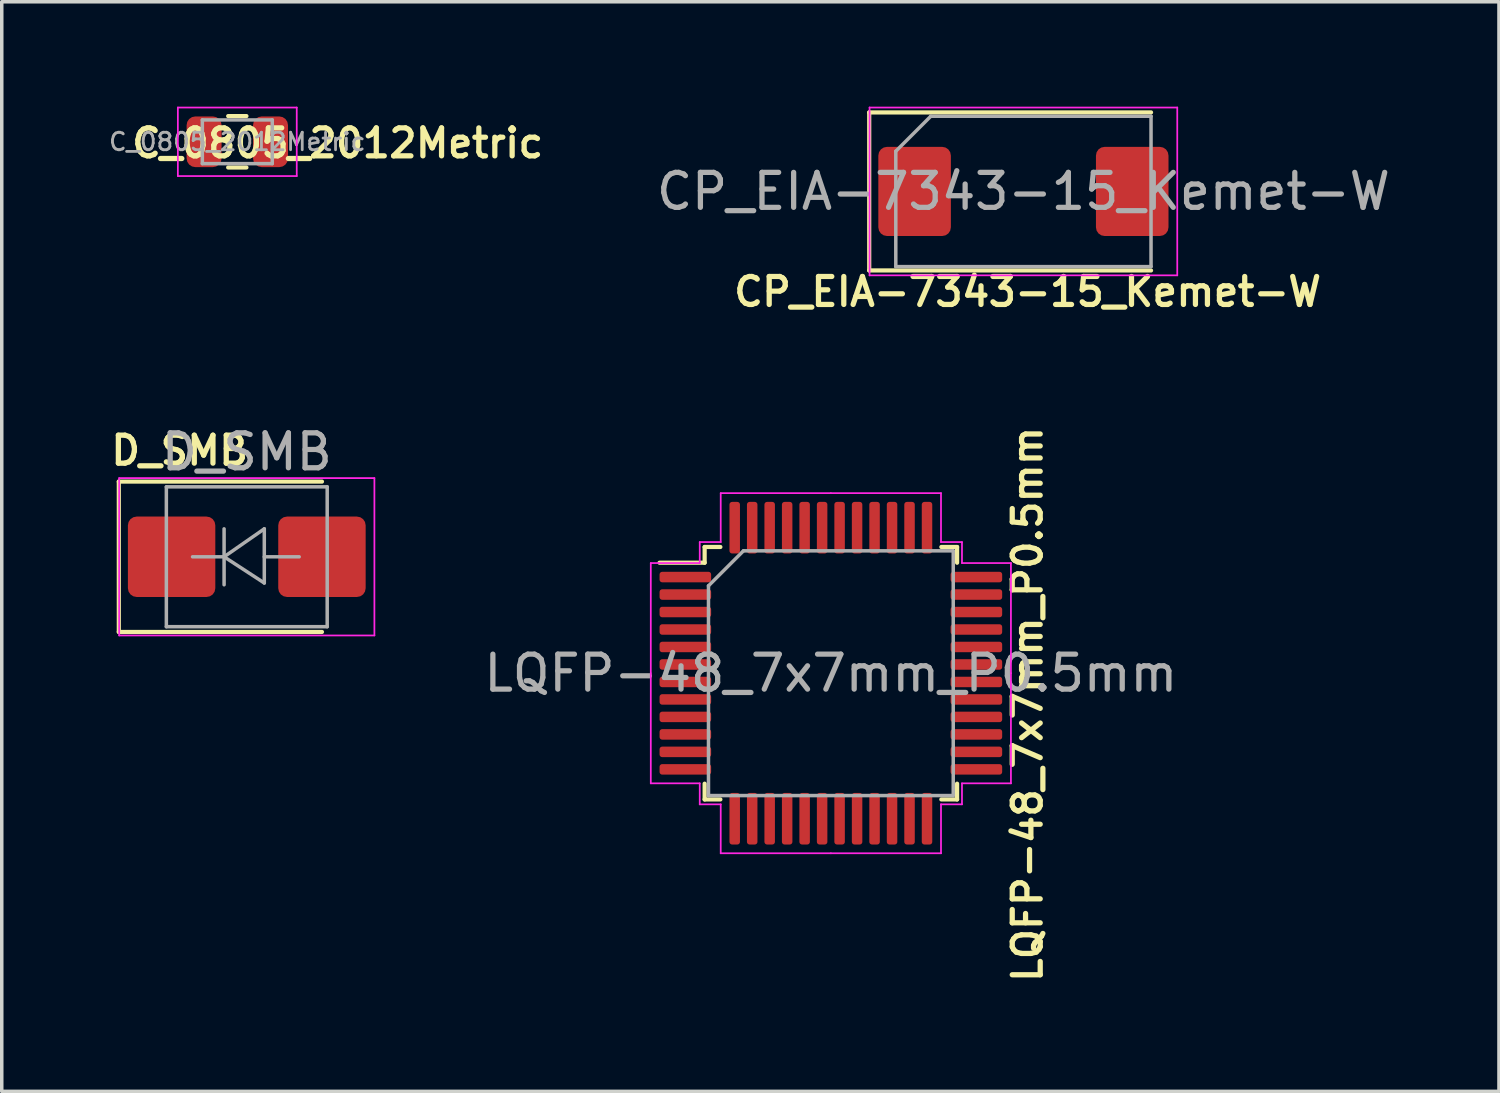
<source format=kicad_pcb>
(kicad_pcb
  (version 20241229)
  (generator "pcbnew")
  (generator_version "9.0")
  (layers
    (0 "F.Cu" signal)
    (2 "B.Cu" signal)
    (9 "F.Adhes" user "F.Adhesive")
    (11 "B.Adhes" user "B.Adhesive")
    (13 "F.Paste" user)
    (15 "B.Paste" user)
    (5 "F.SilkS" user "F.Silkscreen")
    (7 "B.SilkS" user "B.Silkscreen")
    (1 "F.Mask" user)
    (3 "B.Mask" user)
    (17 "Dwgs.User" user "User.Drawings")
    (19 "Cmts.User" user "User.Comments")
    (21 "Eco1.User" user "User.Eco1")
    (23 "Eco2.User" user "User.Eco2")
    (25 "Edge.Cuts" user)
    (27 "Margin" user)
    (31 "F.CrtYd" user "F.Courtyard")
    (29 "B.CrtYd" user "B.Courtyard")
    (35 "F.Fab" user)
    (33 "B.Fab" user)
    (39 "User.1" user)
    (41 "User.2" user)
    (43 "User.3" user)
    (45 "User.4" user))
  (footprint "C_0805_2012Metric"
    (layer "F.Cu")
    (at 3.737 1.005)
    (property "Reference" "C_0805_2012Metric" (at 2.87 0.04 0) (layer "F.SilkS") (effects (font (size 0.8 0.8) (thickness 0.15))))
    (attr smd)
    (fp_line (start -0.261 -0.735) (end 0.261 -0.735) (stroke (width 0.12) (type solid)) (layer "F.SilkS"))
    (fp_line (start -0.261 0.735) (end 0.261 0.735) (stroke (width 0.12) (type solid)) (layer "F.SilkS"))
    (fp_line (start -1.7 -0.98) (end 1.7 -0.98) (stroke (width 0.05) (type solid)) (layer "F.CrtYd"))
    (fp_line (start -1.7 0.98) (end -1.7 -0.98) (stroke (width 0.05) (type solid)) (layer "F.CrtYd"))
    (fp_line (start 1.7 -0.98) (end 1.7 0.98) (stroke (width 0.05) (type solid)) (layer "F.CrtYd"))
    (fp_line (start 1.7 0.98) (end -1.7 0.98) (stroke (width 0.05) (type solid)) (layer "F.CrtYd"))
    (fp_line (start -1 -0.625) (end 1 -0.625) (stroke (width 0.1) (type solid)) (layer "F.Fab"))
    (fp_line (start -1 0.625) (end -1 -0.625) (stroke (width 0.1) (type solid)) (layer "F.Fab"))
    (fp_line (start 1 -0.625) (end 1 0.625) (stroke (width 0.1) (type solid)) (layer "F.Fab"))
    (fp_line (start 1 0.625) (end -1 0.625) (stroke (width 0.1) (type solid)) (layer "F.Fab"))
    (fp_text user "${REFERENCE}" (at 0 0 0) (layer "F.Fab") (effects (font (size 0.5 0.5) (thickness 0.08))))
    (pad "1" smd roundrect (at -0.95 0 180) (size 1 1.45) (layers "F.Cu" "F.Mask" "F.Paste") (roundrect_rratio 0.25))
    (pad "2" smd roundrect (at 0.95 0 180) (size 1 1.45) (layers "F.Cu" "F.Mask" "F.Paste") (roundrect_rratio 0.25)))
  (footprint "CP_EIA-7343-15_Kemet-W"
    (layer "F.Cu")
    (at 26.22 2.425)
    (property "Reference" "CP_EIA-7343-15_Kemet-W" (at 0.12 2.87 0) (layer "F.SilkS") (effects (font (size 0.8 0.8) (thickness 0.15))))
    (attr smd)
    (fp_line (start -4.41 -2.26) (end -4.41 2.26) (stroke (width 0.12) (type solid)) (layer "F.SilkS"))
    (fp_line (start -4.41 2.26) (end 3.65 2.26) (stroke (width 0.12) (type solid)) (layer "F.SilkS"))
    (fp_line (start 3.65 -2.26) (end -4.41 -2.26) (stroke (width 0.12) (type solid)) (layer "F.SilkS"))
    (fp_line (start -4.4 -2.4) (end 4.4 -2.4) (stroke (width 0.05) (type solid)) (layer "F.CrtYd"))
    (fp_line (start -4.4 2.4) (end -4.4 -2.4) (stroke (width 0.05) (type solid)) (layer "F.CrtYd"))
    (fp_line (start 4.4 -2.4) (end 4.4 2.4) (stroke (width 0.05) (type solid)) (layer "F.CrtYd"))
    (fp_line (start 4.4 2.4) (end -4.4 2.4) (stroke (width 0.05) (type solid)) (layer "F.CrtYd"))
    (fp_line (start -3.65 -1.15) (end -3.65 2.15) (stroke (width 0.1) (type solid)) (layer "F.Fab"))
    (fp_line (start -3.65 2.15) (end 3.65 2.15) (stroke (width 0.1) (type solid)) (layer "F.Fab"))
    (fp_line (start -2.65 -2.15) (end -3.65 -1.15) (stroke (width 0.1) (type solid)) (layer "F.Fab"))
    (fp_line (start 3.65 -2.15) (end -2.65 -2.15) (stroke (width 0.1) (type solid)) (layer "F.Fab"))
    (fp_line (start 3.65 2.15) (end 3.65 -2.15) (stroke (width 0.1) (type solid)) (layer "F.Fab"))
    (fp_text user "${REFERENCE}" (at 0 0 0) (layer "F.Fab") (effects (font (size 1 1) (thickness 0.15))))
    (pad "1" smd roundrect (at -3.112 0 180) (size 2.075 2.55) (layers "F.Cu" "F.Mask" "F.Paste") (roundrect_rratio 0.12))
    (pad "2" smd roundrect (at 3.112 0 180) (size 2.075 2.55) (layers "F.Cu" "F.Mask" "F.Paste") (roundrect_rratio 0.12)))
  (footprint "LQFP-48_7x7mm_P0.5mm"
    (layer "F.Cu")
    (at 20.713 16.204)
    (property "Reference" "LQFP-48_7x7mm_P0.5mm" (at 5.625 0.891 90) (layer "F.SilkS") (effects (font (size 0.8 0.8) (thickness 0.15))))
    (attr smd)
    (fp_line (start -3.61 -3.61) (end -3.61 -3.16) (stroke (width 0.12) (type solid)) (layer "F.SilkS"))
    (fp_line (start -3.61 -3.16) (end -4.9 -3.16) (stroke (width 0.12) (type solid)) (layer "F.SilkS"))
    (fp_line (start -3.61 3.61) (end -3.61 3.16) (stroke (width 0.12) (type solid)) (layer "F.SilkS"))
    (fp_line (start -3.16 -3.61) (end -3.61 -3.61) (stroke (width 0.12) (type solid)) (layer "F.SilkS"))
    (fp_line (start -3.16 3.61) (end -3.61 3.61) (stroke (width 0.12) (type solid)) (layer "F.SilkS"))
    (fp_line (start 3.16 -3.61) (end 3.61 -3.61) (stroke (width 0.12) (type solid)) (layer "F.SilkS"))
    (fp_line (start 3.16 3.61) (end 3.61 3.61) (stroke (width 0.12) (type solid)) (layer "F.SilkS"))
    (fp_line (start 3.61 -3.61) (end 3.61 -3.16) (stroke (width 0.12) (type solid)) (layer "F.SilkS"))
    (fp_line (start 3.61 3.61) (end 3.61 3.16) (stroke (width 0.12) (type solid)) (layer "F.SilkS"))
    (fp_line (start -5.15 -3.15) (end -5.15 0) (stroke (width 0.05) (type solid)) (layer "F.CrtYd"))
    (fp_line (start -5.15 3.15) (end -5.15 0) (stroke (width 0.05) (type solid)) (layer "F.CrtYd"))
    (fp_line (start -3.75 -3.75) (end -3.75 -3.15) (stroke (width 0.05) (type solid)) (layer "F.CrtYd"))
    (fp_line (start -3.75 -3.15) (end -5.15 -3.15) (stroke (width 0.05) (type solid)) (layer "F.CrtYd"))
    (fp_line (start -3.75 3.15) (end -5.15 3.15) (stroke (width 0.05) (type solid)) (layer "F.CrtYd"))
    (fp_line (start -3.75 3.75) (end -3.75 3.15) (stroke (width 0.05) (type solid)) (layer "F.CrtYd"))
    (fp_line (start -3.15 -5.15) (end -3.15 -3.75) (stroke (width 0.05) (type solid)) (layer "F.CrtYd"))
    (fp_line (start -3.15 -3.75) (end -3.75 -3.75) (stroke (width 0.05) (type solid)) (layer "F.CrtYd"))
    (fp_line (start -3.15 3.75) (end -3.75 3.75) (stroke (width 0.05) (type solid)) (layer "F.CrtYd"))
    (fp_line (start -3.15 5.15) (end -3.15 3.75) (stroke (width 0.05) (type solid)) (layer "F.CrtYd"))
    (fp_line (start 0 -5.15) (end -3.15 -5.15) (stroke (width 0.05) (type solid)) (layer "F.CrtYd"))
    (fp_line (start 0 -5.15) (end 3.15 -5.15) (stroke (width 0.05) (type solid)) (layer "F.CrtYd"))
    (fp_line (start 0 5.15) (end -3.15 5.15) (stroke (width 0.05) (type solid)) (layer "F.CrtYd"))
    (fp_line (start 0 5.15) (end 3.15 5.15) (stroke (width 0.05) (type solid)) (layer "F.CrtYd"))
    (fp_line (start 3.15 -5.15) (end 3.15 -3.75) (stroke (width 0.05) (type solid)) (layer "F.CrtYd"))
    (fp_line (start 3.15 -3.75) (end 3.75 -3.75) (stroke (width 0.05) (type solid)) (layer "F.CrtYd"))
    (fp_line (start 3.15 3.75) (end 3.75 3.75) (stroke (width 0.05) (type solid)) (layer "F.CrtYd"))
    (fp_line (start 3.15 5.15) (end 3.15 3.75) (stroke (width 0.05) (type solid)) (layer "F.CrtYd"))
    (fp_line (start 3.75 -3.75) (end 3.75 -3.15) (stroke (width 0.05) (type solid)) (layer "F.CrtYd"))
    (fp_line (start 3.75 -3.15) (end 5.15 -3.15) (stroke (width 0.05) (type solid)) (layer "F.CrtYd"))
    (fp_line (start 3.75 3.15) (end 5.15 3.15) (stroke (width 0.05) (type solid)) (layer "F.CrtYd"))
    (fp_line (start 3.75 3.75) (end 3.75 3.15) (stroke (width 0.05) (type solid)) (layer "F.CrtYd"))
    (fp_line (start 5.15 -3.15) (end 5.15 0) (stroke (width 0.05) (type solid)) (layer "F.CrtYd"))
    (fp_line (start 5.15 3.15) (end 5.15 0) (stroke (width 0.05) (type solid)) (layer "F.CrtYd"))
    (fp_line (start -3.5 -2.5) (end -2.5 -3.5) (stroke (width 0.1) (type solid)) (layer "F.Fab"))
    (fp_line (start -3.5 3.5) (end -3.5 -2.5) (stroke (width 0.1) (type solid)) (layer "F.Fab"))
    (fp_line (start -2.5 -3.5) (end 3.5 -3.5) (stroke (width 0.1) (type solid)) (layer "F.Fab"))
    (fp_line (start 3.5 -3.5) (end 3.5 3.5) (stroke (width 0.1) (type solid)) (layer "F.Fab"))
    (fp_line (start 3.5 3.5) (end -3.5 3.5) (stroke (width 0.1) (type solid)) (layer "F.Fab"))
    (fp_text user "${REFERENCE}" (at 0 0 0) (layer "F.Fab") (effects (font (size 1 1) (thickness 0.15))))
    (pad "1" smd roundrect (at -4.162 -2.75) (size 1.475 0.3) (layers "F.Cu" "F.Mask" "F.Paste") (roundrect_rratio 0.25))
    (pad "2" smd roundrect (at -4.162 -2.25) (size 1.475 0.3) (layers "F.Cu" "F.Mask" "F.Paste") (roundrect_rratio 0.25))
    (pad "3" smd roundrect (at -4.162 -1.75) (size 1.475 0.3) (layers "F.Cu" "F.Mask" "F.Paste") (roundrect_rratio 0.25))
    (pad "4" smd roundrect (at -4.162 -1.25) (size 1.475 0.3) (layers "F.Cu" "F.Mask" "F.Paste") (roundrect_rratio 0.25))
    (pad "5" smd roundrect (at -4.162 -0.75) (size 1.475 0.3) (layers "F.Cu" "F.Mask" "F.Paste") (roundrect_rratio 0.25))
    (pad "6" smd roundrect (at -4.162 -0.25) (size 1.475 0.3) (layers "F.Cu" "F.Mask" "F.Paste") (roundrect_rratio 0.25))
    (pad "7" smd roundrect (at -4.162 0.25) (size 1.475 0.3) (layers "F.Cu" "F.Mask" "F.Paste") (roundrect_rratio 0.25))
    (pad "8" smd roundrect (at -4.162 0.75) (size 1.475 0.3) (layers "F.Cu" "F.Mask" "F.Paste") (roundrect_rratio 0.25))
    (pad "9" smd roundrect (at -4.162 1.25) (size 1.475 0.3) (layers "F.Cu" "F.Mask" "F.Paste") (roundrect_rratio 0.25))
    (pad "10" smd roundrect (at -4.162 1.75) (size 1.475 0.3) (layers "F.Cu" "F.Mask" "F.Paste") (roundrect_rratio 0.25))
    (pad "11" smd roundrect (at -4.162 2.25) (size 1.475 0.3) (layers "F.Cu" "F.Mask" "F.Paste") (roundrect_rratio 0.25))
    (pad "12" smd roundrect (at -4.162 2.75) (size 1.475 0.3) (layers "F.Cu" "F.Mask" "F.Paste") (roundrect_rratio 0.25))
    (pad "13" smd roundrect (at -2.75 4.162) (size 0.3 1.475) (layers "F.Cu" "F.Mask" "F.Paste") (roundrect_rratio 0.25))
    (pad "14" smd roundrect (at -2.25 4.162) (size 0.3 1.475) (layers "F.Cu" "F.Mask" "F.Paste") (roundrect_rratio 0.25))
    (pad "15" smd roundrect (at -1.75 4.162) (size 0.3 1.475) (layers "F.Cu" "F.Mask" "F.Paste") (roundrect_rratio 0.25))
    (pad "16" smd roundrect (at -1.25 4.162) (size 0.3 1.475) (layers "F.Cu" "F.Mask" "F.Paste") (roundrect_rratio 0.25))
    (pad "17" smd roundrect (at -0.75 4.162) (size 0.3 1.475) (layers "F.Cu" "F.Mask" "F.Paste") (roundrect_rratio 0.25))
    (pad "18" smd roundrect (at -0.25 4.162) (size 0.3 1.475) (layers "F.Cu" "F.Mask" "F.Paste") (roundrect_rratio 0.25))
    (pad "19" smd roundrect (at 0.25 4.162) (size 0.3 1.475) (layers "F.Cu" "F.Mask" "F.Paste") (roundrect_rratio 0.25))
    (pad "20" smd roundrect (at 0.75 4.162) (size 0.3 1.475) (layers "F.Cu" "F.Mask" "F.Paste") (roundrect_rratio 0.25))
    (pad "21" smd roundrect (at 1.25 4.162) (size 0.3 1.475) (layers "F.Cu" "F.Mask" "F.Paste") (roundrect_rratio 0.25))
    (pad "22" smd roundrect (at 1.75 4.162) (size 0.3 1.475) (layers "F.Cu" "F.Mask" "F.Paste") (roundrect_rratio 0.25))
    (pad "23" smd roundrect (at 2.25 4.162) (size 0.3 1.475) (layers "F.Cu" "F.Mask" "F.Paste") (roundrect_rratio 0.25))
    (pad "24" smd roundrect (at 2.75 4.162) (size 0.3 1.475) (layers "F.Cu" "F.Mask" "F.Paste") (roundrect_rratio 0.25))
    (pad "25" smd roundrect (at 4.162 2.75) (size 1.475 0.3) (layers "F.Cu" "F.Mask" "F.Paste") (roundrect_rratio 0.25))
    (pad "26" smd roundrect (at 4.162 2.25) (size 1.475 0.3) (layers "F.Cu" "F.Mask" "F.Paste") (roundrect_rratio 0.25))
    (pad "27" smd roundrect (at 4.162 1.75) (size 1.475 0.3) (layers "F.Cu" "F.Mask" "F.Paste") (roundrect_rratio 0.25))
    (pad "28" smd roundrect (at 4.162 1.25) (size 1.475 0.3) (layers "F.Cu" "F.Mask" "F.Paste") (roundrect_rratio 0.25))
    (pad "29" smd roundrect (at 4.162 0.75) (size 1.475 0.3) (layers "F.Cu" "F.Mask" "F.Paste") (roundrect_rratio 0.25))
    (pad "30" smd roundrect (at 4.162 0.25) (size 1.475 0.3) (layers "F.Cu" "F.Mask" "F.Paste") (roundrect_rratio 0.25))
    (pad "31" smd roundrect (at 4.162 -0.25) (size 1.475 0.3) (layers "F.Cu" "F.Mask" "F.Paste") (roundrect_rratio 0.25))
    (pad "32" smd roundrect (at 4.162 -0.75) (size 1.475 0.3) (layers "F.Cu" "F.Mask" "F.Paste") (roundrect_rratio 0.25))
    (pad "33" smd roundrect (at 4.162 -1.25) (size 1.475 0.3) (layers "F.Cu" "F.Mask" "F.Paste") (roundrect_rratio 0.25))
    (pad "34" smd roundrect (at 4.162 -1.75) (size 1.475 0.3) (layers "F.Cu" "F.Mask" "F.Paste") (roundrect_rratio 0.25))
    (pad "35" smd roundrect (at 4.162 -2.25) (size 1.475 0.3) (layers "F.Cu" "F.Mask" "F.Paste") (roundrect_rratio 0.25))
    (pad "36" smd roundrect (at 4.162 -2.75) (size 1.475 0.3) (layers "F.Cu" "F.Mask" "F.Paste") (roundrect_rratio 0.25))
    (pad "37" smd roundrect (at 2.75 -4.162) (size 0.3 1.475) (layers "F.Cu" "F.Mask" "F.Paste") (roundrect_rratio 0.25))
    (pad "38" smd roundrect (at 2.25 -4.162) (size 0.3 1.475) (layers "F.Cu" "F.Mask" "F.Paste") (roundrect_rratio 0.25))
    (pad "39" smd roundrect (at 1.75 -4.162) (size 0.3 1.475) (layers "F.Cu" "F.Mask" "F.Paste") (roundrect_rratio 0.25))
    (pad "40" smd roundrect (at 1.25 -4.162) (size 0.3 1.475) (layers "F.Cu" "F.Mask" "F.Paste") (roundrect_rratio 0.25))
    (pad "41" smd roundrect (at 0.75 -4.162) (size 0.3 1.475) (layers "F.Cu" "F.Mask" "F.Paste") (roundrect_rratio 0.25))
    (pad "42" smd roundrect (at 0.25 -4.162) (size 0.3 1.475) (layers "F.Cu" "F.Mask" "F.Paste") (roundrect_rratio 0.25))
    (pad "43" smd roundrect (at -0.25 -4.162) (size 0.3 1.475) (layers "F.Cu" "F.Mask" "F.Paste") (roundrect_rratio 0.25))
    (pad "44" smd roundrect (at -0.75 -4.162) (size 0.3 1.475) (layers "F.Cu" "F.Mask" "F.Paste") (roundrect_rratio 0.25))
    (pad "45" smd roundrect (at -1.25 -4.162) (size 0.3 1.475) (layers "F.Cu" "F.Mask" "F.Paste") (roundrect_rratio 0.25))
    (pad "46" smd roundrect (at -1.75 -4.162) (size 0.3 1.475) (layers "F.Cu" "F.Mask" "F.Paste") (roundrect_rratio 0.25))
    (pad "47" smd roundrect (at -2.25 -4.162) (size 0.3 1.475) (layers "F.Cu" "F.Mask" "F.Paste") (roundrect_rratio 0.25))
    (pad "48" smd roundrect (at -2.75 -4.162) (size 0.3 1.475) (layers "F.Cu" "F.Mask" "F.Paste") (roundrect_rratio 0.25)))
  (footprint "D_SMB"
    (layer "F.Cu")
    (at 4.008 12.874)
    (property "Reference" "D_SMB" (at -1.92 -3.04 180) (layer "F.SilkS") (effects (font (size 0.8 0.8) (thickness 0.15))))
    (attr smd)
    (fp_line (start -3.66 -2.15) (end -3.66 2.15) (stroke (width 0.12) (type solid)) (layer "F.SilkS"))
    (fp_line (start -3.66 -2.15) (end 2.15 -2.15) (stroke (width 0.12) (type solid)) (layer "F.SilkS"))
    (fp_line (start -3.66 2.15) (end 2.15 2.15) (stroke (width 0.12) (type solid)) (layer "F.SilkS"))
    (fp_line (start -3.65 -2.25) (end 3.65 -2.25) (stroke (width 0.05) (type solid)) (layer "F.CrtYd"))
    (fp_line (start -3.65 2.25) (end -3.65 -2.25) (stroke (width 0.05) (type solid)) (layer "F.CrtYd"))
    (fp_line (start 3.65 -2.25) (end 3.65 2.25) (stroke (width 0.05) (type solid)) (layer "F.CrtYd"))
    (fp_line (start 3.65 2.25) (end -3.65 2.25) (stroke (width 0.05) (type solid)) (layer "F.CrtYd"))
    (fp_line (start -2.3 2) (end -2.3 -2) (stroke (width 0.1) (type solid)) (layer "F.Fab"))
    (fp_line (start -0.649 -0.799) (end -0.649 0.801) (stroke (width 0.1) (type solid)) (layer "F.Fab"))
    (fp_line (start -0.649 0.001) (end -1.551 0.001) (stroke (width 0.1) (type solid)) (layer "F.Fab"))
    (fp_line (start -0.649 0.001) (end 0.501 -0.799) (stroke (width 0.1) (type solid)) (layer "F.Fab"))
    (fp_line (start -0.649 0.001) (end 0.501 0.75) (stroke (width 0.1) (type solid)) (layer "F.Fab"))
    (fp_line (start 0.501 0.001) (end 1.499 0.001) (stroke (width 0.1) (type solid)) (layer "F.Fab"))
    (fp_line (start 0.501 0.75) (end 0.501 -0.799) (stroke (width 0.1) (type solid)) (layer "F.Fab"))
    (fp_line (start 2.3 -2) (end -2.3 -2) (stroke (width 0.1) (type solid)) (layer "F.Fab"))
    (fp_line (start 2.3 -2) (end 2.3 2) (stroke (width 0.1) (type solid)) (layer "F.Fab"))
    (fp_line (start 2.3 2) (end -2.3 2) (stroke (width 0.1) (type solid)) (layer "F.Fab"))
    (fp_text user "${REFERENCE}" (at 0 -3 180) (layer "F.Fab") (effects (font (size 1 1) (thickness 0.15))))
    (pad "1" smd roundrect (at -2.15 0) (size 2.5 2.3) (layers "F.Cu" "F.Mask" "F.Paste") (roundrect_rratio 0.109))
    (pad "2" smd roundrect (at 2.15 0) (size 2.5 2.3) (layers "F.Cu" "F.Mask" "F.Paste") (roundrect_rratio 0.109)))
  (gr_rect
    (start -3 -3)
    (end 39.821 28.164)
    (stroke (width 0.1) (type default))
    (fill no)
    (layer "Edge.Cuts")))
</source>
